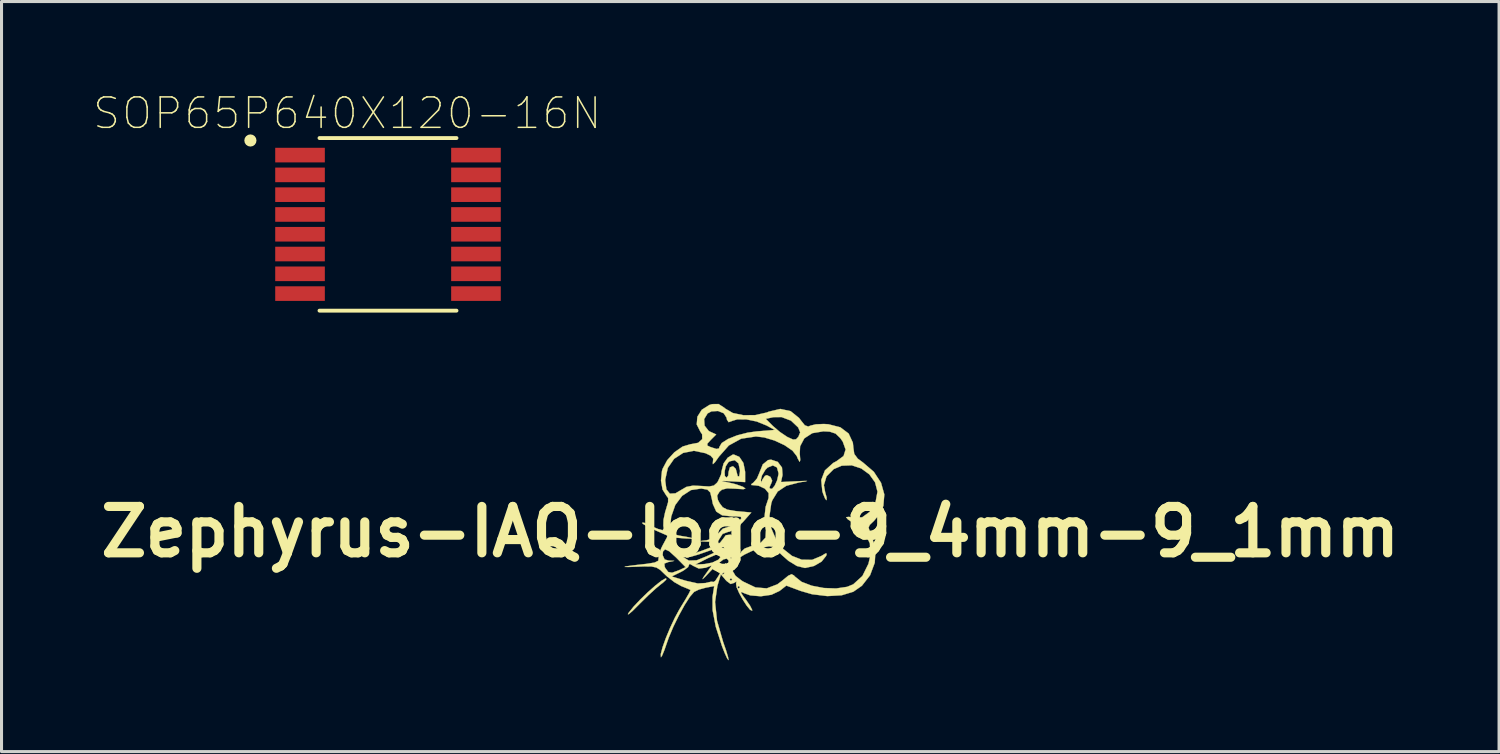
<source format=kicad_pcb>
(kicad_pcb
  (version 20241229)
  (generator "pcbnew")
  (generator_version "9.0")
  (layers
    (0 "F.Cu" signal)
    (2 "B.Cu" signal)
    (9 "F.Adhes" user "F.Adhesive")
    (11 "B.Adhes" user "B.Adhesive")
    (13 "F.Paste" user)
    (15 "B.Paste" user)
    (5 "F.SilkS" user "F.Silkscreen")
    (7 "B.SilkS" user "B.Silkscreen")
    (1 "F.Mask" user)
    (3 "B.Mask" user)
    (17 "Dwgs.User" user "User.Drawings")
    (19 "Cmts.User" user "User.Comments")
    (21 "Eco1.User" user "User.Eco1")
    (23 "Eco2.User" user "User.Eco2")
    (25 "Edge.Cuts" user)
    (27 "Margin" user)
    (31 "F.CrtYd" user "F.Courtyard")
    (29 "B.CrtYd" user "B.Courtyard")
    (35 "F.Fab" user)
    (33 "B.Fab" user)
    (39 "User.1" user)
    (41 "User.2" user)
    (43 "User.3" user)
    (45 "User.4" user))
  (footprint "Zephyrus-IAQ-logo-9_4mm-9_1mm"
    (layer "F.Cu")
    (at 21.597 14.421)
    (property "Reference" "Zephyrus-IAQ-logo-9_4mm-9_1mm" (at 0 0 0) (layer "F.SilkS") (effects (font (size 1.524 1.524) (thickness 0.3))))
    (attr through_hole)
    (fp_poly (pts (xy -2.761 1.57) (xy -2.871 1.673) (xy -2.921 1.71) (xy -3.101 1.858) (xy -3.349 2.085) (xy -3.618 2.349) (xy -3.674 2.406) (xy -3.872 2.603) (xy -3.993 2.706) (xy -4.021 2.704) (xy -3.992 2.655) (xy -3.838 2.463) (xy -3.619 2.23) (xy -3.37 1.988) (xy -3.124 1.77) (xy -2.916 1.606) (xy -2.782 1.529) (xy -2.766 1.527) (xy -2.761 1.57)) (stroke (width 0.01) (type solid)) (fill yes) (layer "F.SilkS"))
    (fp_poly (pts (xy 0.903 -2.298) (xy 1.042 -2.112) (xy 1.059 -1.867) (xy 1.059 -1.866) (xy 1.009 -1.636) (xy 1.499 -1.66) (xy 1.762 -1.671) (xy 1.864 -1.671) (xy 1.812 -1.657) (xy 1.615 -1.624) (xy 1.601 -1.622) (xy 1.185 -1.513) (xy 0.901 -1.325) (xy 0.724 -1.038) (xy 0.69 -0.939) (xy 0.631 -0.521) (xy 0.69 -0.116) (xy 0.848 0.252) (xy 1.082 0.562) (xy 1.371 0.791) (xy 1.695 0.917) (xy 2.033 0.919) (xy 2.333 0.794) (xy 2.476 0.708) (xy 2.513 0.72) (xy 2.492 0.789) (xy 2.344 0.976) (xy 2.094 1.121) (xy 1.812 1.185) (xy 1.787 1.185) (xy 1.533 1.123) (xy 1.264 0.959) (xy 1.255 0.953) (xy 1.046 0.77) (xy 0.876 0.608) (xy 0.847 0.576) (xy 0.746 0.492) (xy 0.615 0.475) (xy 0.393 0.519) (xy 0.339 0.533) (xy 0.054 0.63) (xy -0.196 0.749) (xy -0.254 0.786) (xy -0.406 0.881) (xy -0.488 0.859) (xy -0.568 0.701) (xy -0.568 0.701) (xy -0.638 0.57) (xy -0.673 0.564) (xy -0.674 0.572) (xy -0.724 0.668) (xy -0.81 0.653) (xy -0.847 0.554) (xy -0.876 0.499) (xy -0.984 0.502) (xy -1.2 0.566) (xy -1.399 0.639) (xy -1.698 0.743) (xy -1.95 0.817) (xy -2.097 0.844) (xy -2.093 0.819) (xy -1.954 0.754) (xy -1.709 0.663) (xy -1.595 0.623) (xy -1.217 0.481) (xy -0.992 0.356) (xy -0.904 0.245) (xy -0.804 0.111) (xy -0.645 0.092) (xy -0.484 0.183) (xy -0.409 0.294) (xy -0.357 0.488) (xy -0.421 0.632) (xy -0.481 0.738) (xy -0.431 0.762) (xy -0.317 0.695) (xy -0.288 0.645) (xy -0.18 0.547) (xy 0.017 0.475) (xy 0.021 0.474) (xy 0.337 0.365) (xy 0.5 0.191) (xy 0.514 -0.054) (xy 0.5 -0.111) (xy 0.463 -0.445) (xy 0.504 -0.82) (xy 0.601 -1.111) (xy 0.603 -1.271) (xy 0.481 -1.418) (xy 0.279 -1.512) (xy 0.163 -1.527) (xy 0.029 -1.539) (xy 0.05 -1.581) (xy 0.096 -1.61) (xy 0.181 -1.705) (xy 0.348 -1.705) (xy 0.362 -1.618) (xy 0.391 -1.693) (xy 0.397 -1.714) (xy 0.483 -1.84) (xy 0.547 -1.863) (xy 0.665 -1.802) (xy 0.72 -1.676) (xy 0.678 -1.567) (xy 0.672 -1.563) (xy 0.631 -1.459) (xy 0.646 -1.422) (xy 0.715 -1.412) (xy 0.803 -1.518) (xy 0.882 -1.692) (xy 0.926 -1.886) (xy 0.928 -1.929) (xy 0.876 -2.116) (xy 0.741 -2.181) (xy 0.57 -2.112) (xy 0.495 -2.037) (xy 0.383 -1.85) (xy 0.348 -1.705) (xy 0.181 -1.705) (xy 0.219 -1.749) (xy 0.294 -1.925) (xy 0.411 -2.217) (xy 0.583 -2.356) (xy 0.682 -2.371) (xy 0.903 -2.298)) (stroke (width 0.01) (type solid)) (fill yes) (layer "F.SilkS"))
    (fp_poly (pts (xy -0.848 -4.073) (xy -0.826 -4.051) (xy -0.576 -3.904) (xy -0.229 -3.831) (xy 0.161 -3.834) (xy 0.535 -3.918) (xy 0.613 -3.949) (xy 0.987 -4.037) (xy 1.324 -3.965) (xy 1.603 -3.74) (xy 1.656 -3.669) (xy 1.791 -3.5) (xy 1.903 -3.459) (xy 1.985 -3.491) (xy 2.155 -3.532) (xy 2.417 -3.543) (xy 2.566 -3.534) (xy 2.958 -3.434) (xy 3.231 -3.229) (xy 3.37 -2.929) (xy 3.387 -2.761) (xy 3.416 -2.559) (xy 3.531 -2.404) (xy 3.701 -2.279) (xy 4.059 -1.972) (xy 4.295 -1.612) (xy 4.403 -1.228) (xy 4.372 -0.851) (xy 4.215 -0.541) (xy 4.063 -0.36) (xy 3.939 -0.241) (xy 3.929 -0.234) (xy 3.887 -0.144) (xy 3.938 0.039) (xy 3.999 0.169) (xy 4.115 0.583) (xy 4.089 1.016) (xy 3.935 1.427) (xy 3.667 1.771) (xy 3.385 1.968) (xy 3.002 2.084) (xy 2.532 2.111) (xy 2.03 2.05) (xy 1.654 1.941) (xy 1.185 1.766) (xy 0.962 1.941) (xy 0.693 2.067) (xy 0.347 2.117) (xy 0.002 2.088) (xy -0.196 2.018) (xy -0.295 1.973) (xy -0.301 2.009) (xy -0.208 2.145) (xy -0.139 2.235) (xy -0.006 2.428) (xy 0.061 2.562) (xy 0.061 2.592) (xy -0.007 2.56) (xy -0.12 2.421) (xy -0.25 2.22) (xy -0.369 2.003) (xy -0.448 1.82) (xy -0.423 1.82) (xy -0.381 1.863) (xy -0.339 1.82) (xy -0.381 1.778) (xy -0.423 1.82) (xy -0.448 1.82) (xy -0.45 1.816) (xy -0.466 1.706) (xy -0.455 1.63) (xy -0.532 1.678) (xy -0.645 1.714) (xy -0.778 1.615) (xy -0.806 1.584) (xy -0.821 1.566) (xy -0.677 1.566) (xy -0.635 1.609) (xy -0.593 1.566) (xy -0.635 1.524) (xy -0.677 1.566) (xy -0.821 1.566) (xy -0.966 1.397) (xy -1.081 1.778) (xy -1.157 2.305) (xy -1.092 2.921) (xy -0.893 3.614) (xy -0.795 3.897) (xy -0.731 4.11) (xy -0.714 4.212) (xy -0.715 4.215) (xy -0.758 4.159) (xy -0.839 3.983) (xy -0.927 3.76) (xy -1.133 3.12) (xy -1.238 2.571) (xy -1.24 2.134) (xy -1.236 2.108) (xy -1.184 1.782) (xy -1.46 1.834) (xy -1.686 1.896) (xy -1.844 1.972) (xy -1.845 1.973) (xy -1.982 2.131) (xy -2.157 2.403) (xy -2.346 2.747) (xy -2.528 3.118) (xy -2.677 3.473) (xy -2.727 3.613) (xy -2.819 3.878) (xy -2.894 4.061) (xy -2.935 4.121) (xy -2.935 4.121) (xy -2.939 4.012) (xy -2.881 3.79) (xy -2.775 3.494) (xy -2.637 3.162) (xy -2.482 2.831) (xy -2.325 2.541) (xy -2.291 2.485) (xy -2.129 2.22) (xy -2.013 2.019) (xy -1.965 1.915) (xy -1.965 1.909) (xy -2.052 1.869) (xy -2.233 1.795) (xy -2.262 1.784) (xy -2.495 1.652) (xy -2.732 1.466) (xy -2.582 1.466) (xy -2.117 1.608) (xy -1.724 1.696) (xy -1.459 1.681) (xy -1.449 1.677) (xy -1.281 1.637) (xy -1.203 1.647) (xy -1.145 1.604) (xy -1.042 1.445) (xy -0.959 1.29) (xy -0.85 1.081) (xy -0.807 1.028) (xy -0.83 1.131) (xy -0.9 1.333) (xy -0.921 1.418) (xy -0.865 1.369) (xy -0.818 1.312) (xy -0.693 1.088) (xy -0.722 0.926) (xy -0.776 0.88) (xy -0.884 0.907) (xy -1.07 1.052) (xy -1.294 1.277) (xy -1.485 1.48) (xy -1.568 1.555) (xy -1.546 1.503) (xy -1.488 1.419) (xy -1.262 1.102) (xy -1.468 1.18) (xy -1.691 1.206) (xy -1.866 1.122) (xy -1.945 1.076) (xy -1.808 1.076) (xy -1.489 1.057) (xy -1.241 1.009) (xy -1.052 0.917) (xy -1.035 0.902) (xy -0.936 0.77) (xy -0.972 0.719) (xy -1.128 0.75) (xy -1.39 0.864) (xy -1.404 0.871) (xy -1.808 1.076) (xy -1.945 1.076) (xy -1.987 1.052) (xy -2.008 1.07) (xy -2.007 1.072) (xy -2.042 1.158) (xy -2.192 1.27) (xy -2.268 1.312) (xy -2.582 1.466) (xy -2.732 1.466) (xy -2.743 1.457) (xy -2.807 1.396) (xy -2.954 1.254) (xy -3.082 1.173) (xy -3.243 1.138) (xy -3.489 1.136) (xy -3.72 1.145) (xy -4.008 1.155) (xy -4.128 1.152) (xy -4.081 1.135) (xy -3.866 1.104) (xy -3.483 1.06) (xy -3.413 1.053) (xy -3.142 1.009) (xy -3.022 0.949) (xy -3.016 0.893) (xy -3.006 0.767) (xy -2.879 0.767) (xy -2.814 0.907) (xy -2.688 0.943) (xy -2.498 0.954) (xy -2.688 0.991) (xy -2.821 1.042) (xy -2.811 1.15) (xy -2.791 1.191) (xy -2.695 1.32) (xy -2.568 1.343) (xy -2.357 1.267) (xy -2.336 1.258) (xy -2.123 1.161) (xy -2.437 0.843) (xy -2.66 0.64) (xy -2.799 0.575) (xy -2.867 0.646) (xy -2.879 0.767) (xy -3.006 0.767) (xy -3.005 0.755) (xy -2.926 0.541) (xy -2.884 0.455) (xy -2.709 0.129) (xy -3.133 -0.058) (xy -3.366 -0.169) (xy -3.52 -0.258) (xy -3.556 -0.295) (xy -3.494 -0.301) (xy -3.392 -0.257) (xy -3.179 -0.156) (xy -3.024 -0.092) (xy -2.879 -0.052) (xy -2.843 -0.115) (xy -2.856 -0.2) (xy -2.851 -0.394) (xy -2.795 -0.655) (xy -2.768 -0.741) (xy -2.699 -0.977) (xy -2.699 -1.112) (xy -2.757 -1.19) (xy -2.882 -1.389) (xy -2.933 -1.681) (xy -2.933 -1.685) (xy -2.794 -1.685) (xy -2.755 -1.394) (xy -2.642 -1.254) (xy -2.458 -1.265) (xy -2.297 -1.36) (xy -2.098 -1.476) (xy -1.882 -1.518) (xy -1.616 -1.506) (xy -1.352 -1.49) (xy -1.197 -1.52) (xy -1.095 -1.611) (xy -1.06 -1.661) (xy -0.961 -1.878) (xy -0.943 -1.982) (xy -0.844 -1.982) (xy -0.835 -1.833) (xy -0.776 -1.778) (xy -0.724 -1.85) (xy -0.713 -1.968) (xy -0.669 -2.118) (xy -0.568 -2.155) (xy -0.477 -2.07) (xy -0.459 -2.003) (xy -0.413 -1.829) (xy -0.366 -1.82) (xy -0.34 -1.972) (xy -0.339 -2.021) (xy -0.387 -2.248) (xy -0.511 -2.353) (xy -0.68 -2.315) (xy -0.721 -2.285) (xy -0.804 -2.155) (xy -0.844 -1.982) (xy -0.943 -1.982) (xy -0.931 -2.044) (xy -0.875 -2.25) (xy -0.74 -2.436) (xy -0.578 -2.536) (xy -0.543 -2.54) (xy -0.36 -2.463) (xy -0.226 -2.262) (xy -0.17 -1.979) (xy -0.169 -1.954) (xy -0.169 -1.634) (xy -0.614 -1.659) (xy -0.856 -1.672) (xy -0.937 -1.67) (xy -0.868 -1.65) (xy -0.72 -1.622) (xy -0.46 -1.558) (xy -0.25 -1.483) (xy -0.221 -1.468) (xy -0.16 -1.418) (xy -0.229 -1.401) (xy -0.447 -1.414) (xy -0.479 -1.417) (xy -0.761 -1.428) (xy -0.931 -1.385) (xy -1.015 -1.313) (xy -1.089 -1.187) (xy -1.063 -1.048) (xy -1.009 -0.944) (xy -0.906 -0.807) (xy -0.755 -0.729) (xy -0.502 -0.685) (xy -0.425 -0.677) (xy 0.034 -0.635) (xy -0.246 -0.318) (xy -0.481 -0.1) (xy -0.689 -0.003) (xy -0.723 0) (xy -0.91 0.068) (xy -0.974 0.169) (xy -1.043 0.279) (xy -1.19 0.323) (xy -1.382 0.324) (xy -1.594 0.315) (xy -1.644 0.305) (xy -1.539 0.289) (xy -1.437 0.278) (xy -1.18 0.204) (xy -1.056 0.059) (xy -0.902 -0.103) (xy -0.75 -0.153) (xy -0.519 -0.235) (xy -0.377 -0.343) (xy -0.295 -0.444) (xy -0.311 -0.492) (xy -0.451 -0.507) (xy -0.612 -0.508) (xy -0.923 -0.542) (xy -1.117 -0.666) (xy -1.228 -0.91) (xy -1.264 -1.084) (xy -1.314 -1.293) (xy -1.41 -1.387) (xy -1.609 -1.422) (xy -1.614 -1.422) (xy -1.948 -1.372) (xy -2.239 -1.182) (xy -2.464 -0.882) (xy -2.598 -0.499) (xy -2.625 -0.218) (xy -2.61 -0.022) (xy -2.532 0.073) (xy -2.342 0.123) (xy -2.307 0.129) (xy -2.009 0.181) (xy -1.873 0.215) (xy -1.901 0.228) (xy -2.095 0.219) (xy -2.184 0.213) (xy -2.631 0.177) (xy -2.438 0.522) (xy -2.236 0.81) (xy -2.021 0.944) (xy -1.759 0.935) (xy -1.445 0.807) (xy -1.188 0.689) (xy -1.016 0.649) (xy -0.867 0.679) (xy -0.815 0.702) (xy -0.657 0.814) (xy -0.598 0.993) (xy -0.593 1.103) (xy -0.572 1.3) (xy -0.483 1.446) (xy -0.288 1.599) (xy -0.237 1.632) (xy 0.169 1.826) (xy 0.541 1.857) (xy 0.892 1.723) (xy 1.059 1.597) (xy 1.247 1.442) (xy 1.358 1.392) (xy 1.436 1.434) (xy 1.464 1.467) (xy 1.685 1.642) (xy 2.02 1.77) (xy 2.415 1.845) (xy 2.819 1.86) (xy 3.181 1.807) (xy 3.383 1.724) (xy 3.684 1.45) (xy 3.882 1.05) (xy 3.943 0.788) (xy 3.929 0.381) (xy 3.76 0.026) (xy 3.447 -0.255) (xy 3.424 -0.268) (xy 3.208 -0.408) (xy 3.147 -0.481) (xy 3.24 -0.492) (xy 3.392 -0.464) (xy 3.677 -0.478) (xy 3.918 -0.653) (xy 4.118 -0.991) (xy 4.119 -0.995) (xy 4.179 -1.321) (xy 4.099 -1.627) (xy 3.912 -1.888) (xy 3.646 -2.082) (xy 3.334 -2.185) (xy 3.005 -2.173) (xy 2.741 -2.06) (xy 2.505 -1.823) (xy 2.418 -1.535) (xy 2.46 -1.301) (xy 2.509 -1.126) (xy 2.506 -1.038) (xy 2.461 -1.085) (xy 2.394 -1.25) (xy 2.367 -1.333) (xy 2.331 -1.702) (xy 2.452 -2.017) (xy 2.726 -2.264) (xy 2.833 -2.321) (xy 3.064 -2.49) (xy 3.132 -2.704) (xy 3.038 -2.964) (xy 2.957 -3.079) (xy 2.804 -3.227) (xy 2.61 -3.291) (xy 2.403 -3.302) (xy 2.037 -3.241) (xy 1.775 -3.071) (xy 1.637 -2.811) (xy 1.625 -2.577) (xy 1.642 -2.356) (xy 1.621 -2.299) (xy 1.56 -2.406) (xy 1.528 -2.487) (xy 1.387 -2.667) (xy 1.127 -2.846) (xy 0.8 -2.999) (xy 0.455 -3.102) (xy 0.187 -3.133) (xy -0.299 -3.06) (xy -0.704 -2.838) (xy -1.033 -2.466) (xy -1.036 -2.461) (xy -1.16 -2.286) (xy -1.228 -2.222) (xy -1.23 -2.267) (xy -1.217 -2.405) (xy -1.305 -2.503) (xy -1.47 -2.583) (xy -1.851 -2.662) (xy -2.205 -2.593) (xy -2.502 -2.399) (xy -2.709 -2.101) (xy -2.793 -1.72) (xy -2.794 -1.685) (xy -2.933 -1.685) (xy -2.901 -1.999) (xy -2.88 -2.07) (xy -2.728 -2.355) (xy -2.492 -2.614) (xy -2.221 -2.802) (xy -1.963 -2.879) (xy -1.955 -2.879) (xy -1.711 -2.925) (xy -1.579 -3.044) (xy -1.582 -3.205) (xy -1.639 -3.289) (xy -1.759 -3.528) (xy -1.744 -3.703) (xy -1.516 -3.703) (xy -1.501 -3.488) (xy -1.368 -3.317) (xy -1.322 -3.291) (xy -1.119 -3.199) (xy -1.294 -3.024) (xy -1.41 -2.897) (xy -1.408 -2.833) (xy -1.306 -2.785) (xy -1.109 -2.722) (xy -1.026 -2.741) (xy -1.016 -2.787) (xy -0.938 -2.917) (xy -0.731 -3.049) (xy -0.433 -3.169) (xy -0.082 -3.259) (xy 0.207 -3.299) (xy 0.804 -3.347) (xy 0.538 -3.492) (xy 0.21 -3.625) (xy -0.134 -3.695) (xy -0.434 -3.693) (xy -0.576 -3.65) (xy -0.711 -3.602) (xy -0.766 -3.684) (xy -0.771 -3.712) (xy 0.508 -3.712) (xy 0.743 -3.477) (xy 0.971 -3.282) (xy 1.21 -3.121) (xy 1.227 -3.112) (xy 1.405 -3.032) (xy 1.505 -3.041) (xy 1.58 -3.121) (xy 1.64 -3.268) (xy 1.574 -3.429) (xy 1.339 -3.652) (xy 1.027 -3.77) (xy 0.759 -3.767) (xy 0.508 -3.712) (xy -0.771 -3.712) (xy -0.777 -3.747) (xy -0.871 -3.895) (xy -1.059 -3.97) (xy -1.273 -3.958) (xy -1.402 -3.89) (xy -1.516 -3.703) (xy -1.744 -3.703) (xy -1.737 -3.782) (xy -1.593 -4.01) (xy -1.343 -4.168) (xy -1.253 -4.195) (xy -1.041 -4.198) (xy -0.848 -4.073)) (stroke (width 0.01) (type solid)) (fill yes) (layer "F.SilkS")))
  (footprint "SOP65P640X120-16N"
    (layer "F.Cu")
    (at 9.696 4.32)
    (property "Reference" "SOP65P640X120-16N" (at -1.34 -3.647 0) (layer "F.SilkS") (effects (font (size 1 1) (thickness 0.05))))
    (attr smd)
    (fp_line (start -2.25 -2.835) (end 2.25 -2.835) (stroke (width 0.127) (type solid)) (layer "F.SilkS"))
    (fp_line (start -2.25 2.835) (end 2.25 2.835) (stroke (width 0.127) (type solid)) (layer "F.SilkS"))
    (fp_circle (center -4.52 -2.755) (end -4.42 -2.755) (stroke (width 0.2) (type solid)) (fill no) (layer "F.SilkS"))
    (fp_line (start -3.955 -2.8) (end -3.955 2.8) (stroke (width 0.05) (type solid)) (layer "Eco1.User"))
    (fp_line (start -3.955 -2.8) (end 3.955 -2.8) (stroke (width 0.05) (type solid)) (layer "Eco1.User"))
    (fp_line (start -3.955 2.8) (end 3.955 2.8) (stroke (width 0.05) (type solid)) (layer "Eco1.User"))
    (fp_line (start 3.955 -2.8) (end 3.955 2.8) (stroke (width 0.05) (type solid)) (layer "Eco1.User"))
    (fp_line (start -2.25 -2.55) (end -2.25 2.55) (stroke (width 0.127) (type solid)) (layer "Eco2.User"))
    (fp_line (start -2.25 -2.55) (end 2.25 -2.55) (stroke (width 0.127) (type solid)) (layer "Eco2.User"))
    (fp_line (start -2.25 2.55) (end 2.25 2.55) (stroke (width 0.127) (type solid)) (layer "Eco2.User"))
    (fp_line (start 2.25 -2.55) (end 2.25 2.55) (stroke (width 0.127) (type solid)) (layer "Eco2.User"))
    (fp_circle (center -4.52 -2.755) (end -4.42 -2.755) (stroke (width 0.2) (type solid)) (fill no) (layer "Eco2.User"))
    (pad "1" smd rect (at -2.89 -2.275) (size 1.63 0.48) (layers "F.Cu" "F.Mask" "F.Paste"))
    (pad "2" smd rect (at -2.89 -1.625) (size 1.63 0.48) (layers "F.Cu" "F.Mask" "F.Paste"))
    (pad "3" smd rect (at -2.89 -0.975) (size 1.63 0.48) (layers "F.Cu" "F.Mask" "F.Paste"))
    (pad "4" smd rect (at -2.89 -0.325) (size 1.63 0.48) (layers "F.Cu" "F.Mask" "F.Paste"))
    (pad "5" smd rect (at -2.89 0.325) (size 1.63 0.48) (layers "F.Cu" "F.Mask" "F.Paste"))
    (pad "6" smd rect (at -2.89 0.975) (size 1.63 0.48) (layers "F.Cu" "F.Mask" "F.Paste"))
    (pad "7" smd rect (at -2.89 1.625) (size 1.63 0.48) (layers "F.Cu" "F.Mask" "F.Paste"))
    (pad "8" smd rect (at -2.89 2.275) (size 1.63 0.48) (layers "F.Cu" "F.Mask" "F.Paste"))
    (pad "9" smd rect (at 2.89 2.275) (size 1.63 0.48) (layers "F.Cu" "F.Mask" "F.Paste"))
    (pad "10" smd rect (at 2.89 1.625) (size 1.63 0.48) (layers "F.Cu" "F.Mask" "F.Paste"))
    (pad "11" smd rect (at 2.89 0.975) (size 1.63 0.48) (layers "F.Cu" "F.Mask" "F.Paste"))
    (pad "12" smd rect (at 2.89 0.325) (size 1.63 0.48) (layers "F.Cu" "F.Mask" "F.Paste"))
    (pad "13" smd rect (at 2.89 -0.325) (size 1.63 0.48) (layers "F.Cu" "F.Mask" "F.Paste"))
    (pad "14" smd rect (at 2.89 -0.975) (size 1.63 0.48) (layers "F.Cu" "F.Mask" "F.Paste"))
    (pad "15" smd rect (at 2.89 -1.625) (size 1.63 0.48) (layers "F.Cu" "F.Mask" "F.Paste"))
    (pad "16" smd rect (at 2.89 -2.275) (size 1.63 0.48) (layers "F.Cu" "F.Mask" "F.Paste")))
  (gr_rect
    (start -3 -3)
    (end 46.195 21.641)
    (stroke (width 0.1) (type default))
    (fill no)
    (layer "Edge.Cuts")))
</source>
